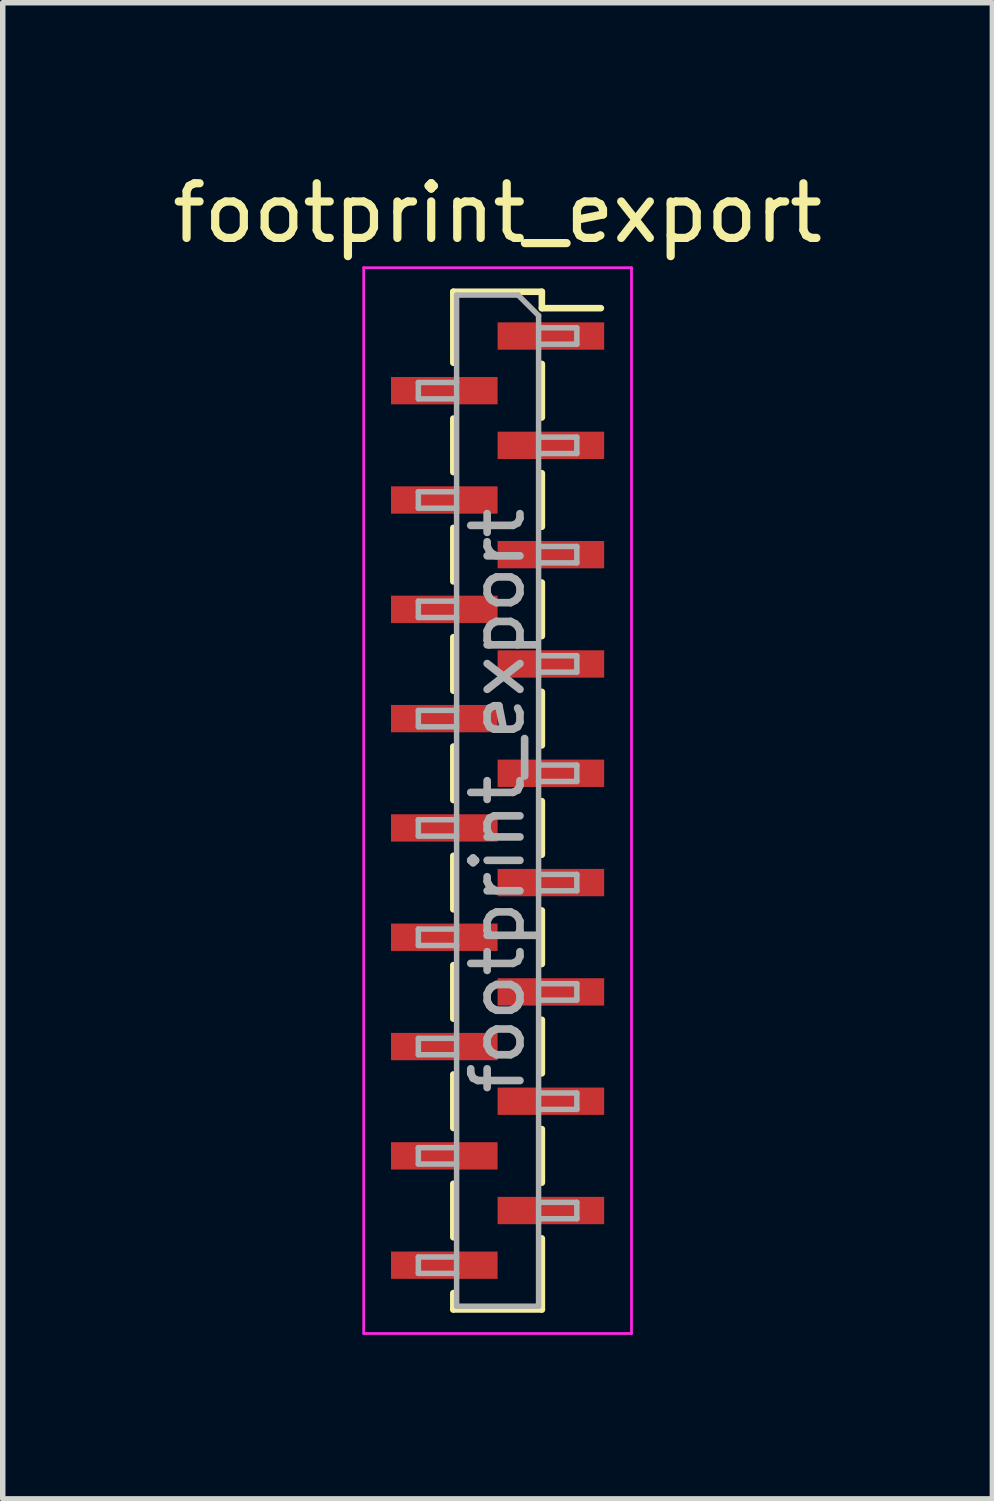
<source format=kicad_pcb>
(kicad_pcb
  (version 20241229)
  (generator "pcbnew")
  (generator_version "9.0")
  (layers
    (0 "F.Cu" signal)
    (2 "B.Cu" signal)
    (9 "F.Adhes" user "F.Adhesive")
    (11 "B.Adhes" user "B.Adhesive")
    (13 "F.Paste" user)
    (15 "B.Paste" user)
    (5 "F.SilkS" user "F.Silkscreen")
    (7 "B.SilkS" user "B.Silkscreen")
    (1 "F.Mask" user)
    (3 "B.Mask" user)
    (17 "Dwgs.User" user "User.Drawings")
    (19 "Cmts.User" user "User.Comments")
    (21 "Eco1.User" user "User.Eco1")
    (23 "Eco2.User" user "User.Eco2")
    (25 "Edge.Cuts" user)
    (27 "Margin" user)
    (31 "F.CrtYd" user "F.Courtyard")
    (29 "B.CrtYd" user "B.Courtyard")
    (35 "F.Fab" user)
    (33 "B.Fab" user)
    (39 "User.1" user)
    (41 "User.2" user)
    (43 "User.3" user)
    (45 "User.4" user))
  (footprint "footprint_export"
    (layer "F.Cu")
    (at 6.054 11.598)
    (property "Reference" "footprint_export" (at 0 -10.75 0) (layer "F.SilkS") (effects (font (size 1 1) (thickness 0.15))))
    (attr smd)
    (fp_line (start -0.81 -9.31) (end -0.81 -8.01) (stroke (width 0.12) (type solid)) (layer "F.SilkS"))
    (fp_line (start -0.81 -9.31) (end 0.81 -9.31) (stroke (width 0.12) (type solid)) (layer "F.SilkS"))
    (fp_line (start -0.81 -6.99) (end -0.81 -6.01) (stroke (width 0.12) (type solid)) (layer "F.SilkS"))
    (fp_line (start -0.81 -4.99) (end -0.81 -4.01) (stroke (width 0.12) (type solid)) (layer "F.SilkS"))
    (fp_line (start -0.81 -2.99) (end -0.81 -2.01) (stroke (width 0.12) (type solid)) (layer "F.SilkS"))
    (fp_line (start -0.81 -0.99) (end -0.81 -0.01) (stroke (width 0.12) (type solid)) (layer "F.SilkS"))
    (fp_line (start -0.81 1.01) (end -0.81 1.99) (stroke (width 0.12) (type solid)) (layer "F.SilkS"))
    (fp_line (start -0.81 3.01) (end -0.81 3.99) (stroke (width 0.12) (type solid)) (layer "F.SilkS"))
    (fp_line (start -0.81 5.01) (end -0.81 5.99) (stroke (width 0.12) (type solid)) (layer "F.SilkS"))
    (fp_line (start -0.81 7.01) (end -0.81 7.99) (stroke (width 0.12) (type solid)) (layer "F.SilkS"))
    (fp_line (start -0.81 9.01) (end -0.81 9.31) (stroke (width 0.12) (type solid)) (layer "F.SilkS"))
    (fp_line (start -0.81 9.31) (end 0.81 9.31) (stroke (width 0.12) (type solid)) (layer "F.SilkS"))
    (fp_line (start 0.81 -9.31) (end 0.81 -9.01) (stroke (width 0.12) (type solid)) (layer "F.SilkS"))
    (fp_line (start 0.81 -9.01) (end 1.89 -9.01) (stroke (width 0.12) (type solid)) (layer "F.SilkS"))
    (fp_line (start 0.81 -7.99) (end 0.81 -7.01) (stroke (width 0.12) (type solid)) (layer "F.SilkS"))
    (fp_line (start 0.81 -5.99) (end 0.81 -5.01) (stroke (width 0.12) (type solid)) (layer "F.SilkS"))
    (fp_line (start 0.81 -3.99) (end 0.81 -3.01) (stroke (width 0.12) (type solid)) (layer "F.SilkS"))
    (fp_line (start 0.81 -1.99) (end 0.81 -1.01) (stroke (width 0.12) (type solid)) (layer "F.SilkS"))
    (fp_line (start 0.81 0.01) (end 0.81 0.99) (stroke (width 0.12) (type solid)) (layer "F.SilkS"))
    (fp_line (start 0.81 2.01) (end 0.81 2.99) (stroke (width 0.12) (type solid)) (layer "F.SilkS"))
    (fp_line (start 0.81 4.01) (end 0.81 4.99) (stroke (width 0.12) (type solid)) (layer "F.SilkS"))
    (fp_line (start 0.81 6.01) (end 0.81 6.99) (stroke (width 0.12) (type solid)) (layer "F.SilkS"))
    (fp_line (start 0.81 8.01) (end 0.81 9.31) (stroke (width 0.12) (type solid)) (layer "F.SilkS"))
    (fp_line (start -2.45 -9.75) (end 2.45 -9.75) (stroke (width 0.05) (type solid)) (layer "F.CrtYd"))
    (fp_line (start -2.45 9.75) (end -2.45 -9.75) (stroke (width 0.05) (type solid)) (layer "F.CrtYd"))
    (fp_line (start 2.45 -9.75) (end 2.45 9.75) (stroke (width 0.05) (type solid)) (layer "F.CrtYd"))
    (fp_line (start 2.45 9.75) (end -2.45 9.75) (stroke (width 0.05) (type solid)) (layer "F.CrtYd"))
    (fp_line (start -1.45 -7.65) (end -0.75 -7.65) (stroke (width 0.1) (type solid)) (layer "F.Fab"))
    (fp_line (start -1.45 -7.35) (end -1.45 -7.65) (stroke (width 0.1) (type solid)) (layer "F.Fab"))
    (fp_line (start -1.45 -5.65) (end -0.75 -5.65) (stroke (width 0.1) (type solid)) (layer "F.Fab"))
    (fp_line (start -1.45 -5.35) (end -1.45 -5.65) (stroke (width 0.1) (type solid)) (layer "F.Fab"))
    (fp_line (start -1.45 -3.65) (end -0.75 -3.65) (stroke (width 0.1) (type solid)) (layer "F.Fab"))
    (fp_line (start -1.45 -3.35) (end -1.45 -3.65) (stroke (width 0.1) (type solid)) (layer "F.Fab"))
    (fp_line (start -1.45 -1.65) (end -0.75 -1.65) (stroke (width 0.1) (type solid)) (layer "F.Fab"))
    (fp_line (start -1.45 -1.35) (end -1.45 -1.65) (stroke (width 0.1) (type solid)) (layer "F.Fab"))
    (fp_line (start -1.45 0.35) (end -0.75 0.35) (stroke (width 0.1) (type solid)) (layer "F.Fab"))
    (fp_line (start -1.45 0.65) (end -1.45 0.35) (stroke (width 0.1) (type solid)) (layer "F.Fab"))
    (fp_line (start -1.45 2.35) (end -0.75 2.35) (stroke (width 0.1) (type solid)) (layer "F.Fab"))
    (fp_line (start -1.45 2.65) (end -1.45 2.35) (stroke (width 0.1) (type solid)) (layer "F.Fab"))
    (fp_line (start -1.45 4.35) (end -0.75 4.35) (stroke (width 0.1) (type solid)) (layer "F.Fab"))
    (fp_line (start -1.45 4.65) (end -1.45 4.35) (stroke (width 0.1) (type solid)) (layer "F.Fab"))
    (fp_line (start -1.45 6.35) (end -0.75 6.35) (stroke (width 0.1) (type solid)) (layer "F.Fab"))
    (fp_line (start -1.45 6.65) (end -1.45 6.35) (stroke (width 0.1) (type solid)) (layer "F.Fab"))
    (fp_line (start -1.45 8.35) (end -0.75 8.35) (stroke (width 0.1) (type solid)) (layer "F.Fab"))
    (fp_line (start -1.45 8.65) (end -1.45 8.35) (stroke (width 0.1) (type solid)) (layer "F.Fab"))
    (fp_line (start -0.75 -9.25) (end 0.375 -9.25) (stroke (width 0.1) (type solid)) (layer "F.Fab"))
    (fp_line (start -0.75 -7.35) (end -1.45 -7.35) (stroke (width 0.1) (type solid)) (layer "F.Fab"))
    (fp_line (start -0.75 -5.35) (end -1.45 -5.35) (stroke (width 0.1) (type solid)) (layer "F.Fab"))
    (fp_line (start -0.75 -3.35) (end -1.45 -3.35) (stroke (width 0.1) (type solid)) (layer "F.Fab"))
    (fp_line (start -0.75 -1.35) (end -1.45 -1.35) (stroke (width 0.1) (type solid)) (layer "F.Fab"))
    (fp_line (start -0.75 0.65) (end -1.45 0.65) (stroke (width 0.1) (type solid)) (layer "F.Fab"))
    (fp_line (start -0.75 2.65) (end -1.45 2.65) (stroke (width 0.1) (type solid)) (layer "F.Fab"))
    (fp_line (start -0.75 4.65) (end -1.45 4.65) (stroke (width 0.1) (type solid)) (layer "F.Fab"))
    (fp_line (start -0.75 6.65) (end -1.45 6.65) (stroke (width 0.1) (type solid)) (layer "F.Fab"))
    (fp_line (start -0.75 8.65) (end -1.45 8.65) (stroke (width 0.1) (type solid)) (layer "F.Fab"))
    (fp_line (start -0.75 9.25) (end -0.75 -9.25) (stroke (width 0.1) (type solid)) (layer "F.Fab"))
    (fp_line (start 0.375 -9.25) (end 0.75 -8.875) (stroke (width 0.1) (type solid)) (layer "F.Fab"))
    (fp_line (start 0.75 -8.875) (end 0.75 9.25) (stroke (width 0.1) (type solid)) (layer "F.Fab"))
    (fp_line (start 0.75 -8.65) (end 1.45 -8.65) (stroke (width 0.1) (type solid)) (layer "F.Fab"))
    (fp_line (start 0.75 -6.65) (end 1.45 -6.65) (stroke (width 0.1) (type solid)) (layer "F.Fab"))
    (fp_line (start 0.75 -4.65) (end 1.45 -4.65) (stroke (width 0.1) (type solid)) (layer "F.Fab"))
    (fp_line (start 0.75 -2.65) (end 1.45 -2.65) (stroke (width 0.1) (type solid)) (layer "F.Fab"))
    (fp_line (start 0.75 -0.65) (end 1.45 -0.65) (stroke (width 0.1) (type solid)) (layer "F.Fab"))
    (fp_line (start 0.75 1.35) (end 1.45 1.35) (stroke (width 0.1) (type solid)) (layer "F.Fab"))
    (fp_line (start 0.75 3.35) (end 1.45 3.35) (stroke (width 0.1) (type solid)) (layer "F.Fab"))
    (fp_line (start 0.75 5.35) (end 1.45 5.35) (stroke (width 0.1) (type solid)) (layer "F.Fab"))
    (fp_line (start 0.75 7.35) (end 1.45 7.35) (stroke (width 0.1) (type solid)) (layer "F.Fab"))
    (fp_line (start 0.75 9.25) (end -0.75 9.25) (stroke (width 0.1) (type solid)) (layer "F.Fab"))
    (fp_line (start 1.45 -8.65) (end 1.45 -8.35) (stroke (width 0.1) (type solid)) (layer "F.Fab"))
    (fp_line (start 1.45 -8.35) (end 0.75 -8.35) (stroke (width 0.1) (type solid)) (layer "F.Fab"))
    (fp_line (start 1.45 -6.65) (end 1.45 -6.35) (stroke (width 0.1) (type solid)) (layer "F.Fab"))
    (fp_line (start 1.45 -6.35) (end 0.75 -6.35) (stroke (width 0.1) (type solid)) (layer "F.Fab"))
    (fp_line (start 1.45 -4.65) (end 1.45 -4.35) (stroke (width 0.1) (type solid)) (layer "F.Fab"))
    (fp_line (start 1.45 -4.35) (end 0.75 -4.35) (stroke (width 0.1) (type solid)) (layer "F.Fab"))
    (fp_line (start 1.45 -2.65) (end 1.45 -2.35) (stroke (width 0.1) (type solid)) (layer "F.Fab"))
    (fp_line (start 1.45 -2.35) (end 0.75 -2.35) (stroke (width 0.1) (type solid)) (layer "F.Fab"))
    (fp_line (start 1.45 -0.65) (end 1.45 -0.35) (stroke (width 0.1) (type solid)) (layer "F.Fab"))
    (fp_line (start 1.45 -0.35) (end 0.75 -0.35) (stroke (width 0.1) (type solid)) (layer "F.Fab"))
    (fp_line (start 1.45 1.35) (end 1.45 1.65) (stroke (width 0.1) (type solid)) (layer "F.Fab"))
    (fp_line (start 1.45 1.65) (end 0.75 1.65) (stroke (width 0.1) (type solid)) (layer "F.Fab"))
    (fp_line (start 1.45 3.35) (end 1.45 3.65) (stroke (width 0.1) (type solid)) (layer "F.Fab"))
    (fp_line (start 1.45 3.65) (end 0.75 3.65) (stroke (width 0.1) (type solid)) (layer "F.Fab"))
    (fp_line (start 1.45 5.35) (end 1.45 5.65) (stroke (width 0.1) (type solid)) (layer "F.Fab"))
    (fp_line (start 1.45 5.65) (end 0.75 5.65) (stroke (width 0.1) (type solid)) (layer "F.Fab"))
    (fp_line (start 1.45 7.35) (end 1.45 7.65) (stroke (width 0.1) (type solid)) (layer "F.Fab"))
    (fp_line (start 1.45 7.65) (end 0.75 7.65) (stroke (width 0.1) (type solid)) (layer "F.Fab"))
    (fp_text user "${REFERENCE}" (at 0 0 90) (layer "F.Fab") (effects (font (size 0.9 0.9) (thickness 0.14))))
    (pad "1" smd rect (at 0.975 -8.5) (size 1.95 0.5) (layers "F.Cu" "F.Mask" "F.Paste"))
    (pad "2" smd rect (at -0.975 -7.5) (size 1.95 0.5) (layers "F.Cu" "F.Mask" "F.Paste"))
    (pad "3" smd rect (at 0.975 -6.5) (size 1.95 0.5) (layers "F.Cu" "F.Mask" "F.Paste"))
    (pad "4" smd rect (at -0.975 -5.5) (size 1.95 0.5) (layers "F.Cu" "F.Mask" "F.Paste"))
    (pad "5" smd rect (at 0.975 -4.5) (size 1.95 0.5) (layers "F.Cu" "F.Mask" "F.Paste"))
    (pad "6" smd rect (at -0.975 -3.5) (size 1.95 0.5) (layers "F.Cu" "F.Mask" "F.Paste"))
    (pad "7" smd rect (at 0.975 -2.5) (size 1.95 0.5) (layers "F.Cu" "F.Mask" "F.Paste"))
    (pad "8" smd rect (at -0.975 -1.5) (size 1.95 0.5) (layers "F.Cu" "F.Mask" "F.Paste"))
    (pad "9" smd rect (at 0.975 -0.5) (size 1.95 0.5) (layers "F.Cu" "F.Mask" "F.Paste"))
    (pad "10" smd rect (at -0.975 0.5) (size 1.95 0.5) (layers "F.Cu" "F.Mask" "F.Paste"))
    (pad "11" smd rect (at 0.975 1.5) (size 1.95 0.5) (layers "F.Cu" "F.Mask" "F.Paste"))
    (pad "12" smd rect (at -0.975 2.5) (size 1.95 0.5) (layers "F.Cu" "F.Mask" "F.Paste"))
    (pad "13" smd rect (at 0.975 3.5) (size 1.95 0.5) (layers "F.Cu" "F.Mask" "F.Paste"))
    (pad "14" smd rect (at -0.975 4.5) (size 1.95 0.5) (layers "F.Cu" "F.Mask" "F.Paste"))
    (pad "15" smd rect (at 0.975 5.5) (size 1.95 0.5) (layers "F.Cu" "F.Mask" "F.Paste"))
    (pad "16" smd rect (at -0.975 6.5) (size 1.95 0.5) (layers "F.Cu" "F.Mask" "F.Paste"))
    (pad "17" smd rect (at 0.975 7.5) (size 1.95 0.5) (layers "F.Cu" "F.Mask" "F.Paste"))
    (pad "18" smd rect (at -0.975 8.5) (size 1.95 0.5) (layers "F.Cu" "F.Mask" "F.Paste")))
  (gr_rect
    (start -3 -3)
    (end 15.107 24.373)
    (stroke (width 0.1) (type default))
    (fill no)
    (layer "Edge.Cuts")))
</source>
